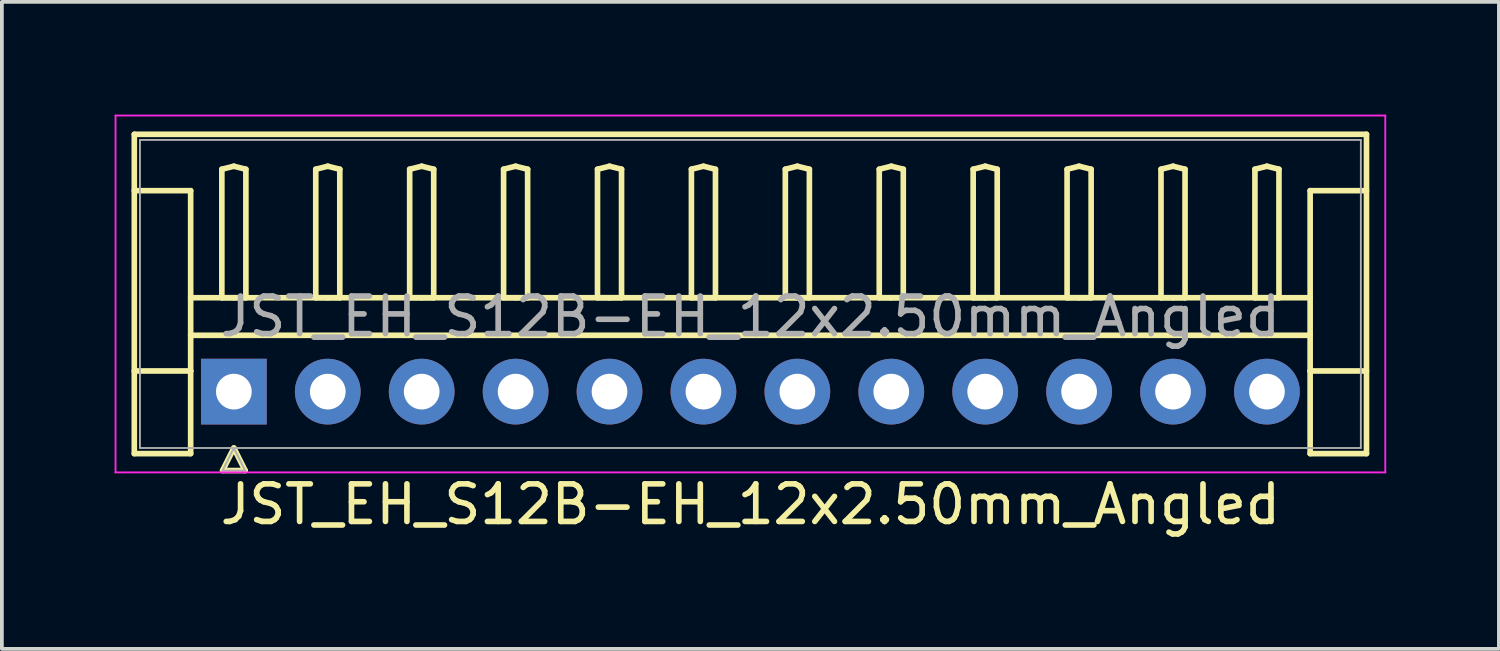
<source format=kicad_pcb>
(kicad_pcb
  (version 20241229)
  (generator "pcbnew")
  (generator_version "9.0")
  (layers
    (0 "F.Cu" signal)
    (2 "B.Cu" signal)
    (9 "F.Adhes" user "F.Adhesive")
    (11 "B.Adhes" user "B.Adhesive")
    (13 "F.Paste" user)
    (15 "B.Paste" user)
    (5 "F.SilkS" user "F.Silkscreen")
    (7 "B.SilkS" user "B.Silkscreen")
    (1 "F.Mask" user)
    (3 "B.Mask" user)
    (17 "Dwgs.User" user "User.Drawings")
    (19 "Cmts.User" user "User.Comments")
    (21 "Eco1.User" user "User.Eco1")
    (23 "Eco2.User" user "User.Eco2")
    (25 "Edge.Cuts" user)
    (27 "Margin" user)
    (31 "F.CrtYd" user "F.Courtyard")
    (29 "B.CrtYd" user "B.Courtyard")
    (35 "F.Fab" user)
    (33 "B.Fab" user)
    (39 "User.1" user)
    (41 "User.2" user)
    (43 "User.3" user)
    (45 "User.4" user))
  (footprint "JST_EH_S12B-EH_12x2.50mm_Angled"
    (layer "F.Cu")
    (at 3.175 7.375)
    (property "Reference" "JST_EH_S12B-EH_12x2.50mm_Angled" (at 13.75 -2 0) (layer "F.Fab") (effects (font (size 1 1) (thickness 0.15))))
    (attr through_hole)
    (fp_line (start -2.65 -6.85) (end 30.15 -6.85) (stroke (width 0.15) (type solid)) (layer "F.SilkS"))
    (fp_line (start -2.65 -5.35) (end -1.15 -5.35) (stroke (width 0.15) (type solid)) (layer "F.SilkS"))
    (fp_line (start -2.65 1.65) (end -2.65 -6.85) (stroke (width 0.15) (type solid)) (layer "F.SilkS"))
    (fp_line (start -1.15 -5.35) (end -1.15 -0.55) (stroke (width 0.15) (type solid)) (layer "F.SilkS"))
    (fp_line (start -1.15 -2.5) (end 28.65 -2.5) (stroke (width 0.15) (type solid)) (layer "F.SilkS"))
    (fp_line (start -1.15 -1.5) (end 28.65 -1.5) (stroke (width 0.15) (type solid)) (layer "F.SilkS"))
    (fp_line (start -1.15 -0.55) (end -2.65 -0.55) (stroke (width 0.15) (type solid)) (layer "F.SilkS"))
    (fp_line (start -1.15 -0.55) (end -1.15 1.65) (stroke (width 0.15) (type solid)) (layer "F.SilkS"))
    (fp_line (start -1.15 1.65) (end -2.65 1.65) (stroke (width 0.15) (type solid)) (layer "F.SilkS"))
    (fp_line (start -0.32 -5.92) (end 0 -6) (stroke (width 0.15) (type solid)) (layer "F.SilkS"))
    (fp_line (start -0.32 -2.5) (end -0.32 -5.92) (stroke (width 0.15) (type solid)) (layer "F.SilkS"))
    (fp_line (start -0.3 2.1) (end 0.3 2.1) (stroke (width 0.15) (type solid)) (layer "F.SilkS"))
    (fp_line (start 0 -6) (end 0.32 -5.92) (stroke (width 0.15) (type solid)) (layer "F.SilkS"))
    (fp_line (start 0 -2.5) (end -0.32 -2.5) (stroke (width 0.15) (type solid)) (layer "F.SilkS"))
    (fp_line (start 0 1.5) (end -0.3 2.1) (stroke (width 0.15) (type solid)) (layer "F.SilkS"))
    (fp_line (start 0.3 2.1) (end 0 1.5) (stroke (width 0.15) (type solid)) (layer "F.SilkS"))
    (fp_line (start 0.32 -5.92) (end 0.32 -2.5) (stroke (width 0.15) (type solid)) (layer "F.SilkS"))
    (fp_line (start 0.32 -2.5) (end 0 -2.5) (stroke (width 0.15) (type solid)) (layer "F.SilkS"))
    (fp_line (start 2.18 -5.92) (end 2.5 -6) (stroke (width 0.15) (type solid)) (layer "F.SilkS"))
    (fp_line (start 2.18 -2.5) (end 2.18 -5.92) (stroke (width 0.15) (type solid)) (layer "F.SilkS"))
    (fp_line (start 2.5 -6) (end 2.82 -5.92) (stroke (width 0.15) (type solid)) (layer "F.SilkS"))
    (fp_line (start 2.5 -2.5) (end 2.18 -2.5) (stroke (width 0.15) (type solid)) (layer "F.SilkS"))
    (fp_line (start 2.82 -5.92) (end 2.82 -2.5) (stroke (width 0.15) (type solid)) (layer "F.SilkS"))
    (fp_line (start 2.82 -2.5) (end 2.5 -2.5) (stroke (width 0.15) (type solid)) (layer "F.SilkS"))
    (fp_line (start 4.68 -5.92) (end 5 -6) (stroke (width 0.15) (type solid)) (layer "F.SilkS"))
    (fp_line (start 4.68 -2.5) (end 4.68 -5.92) (stroke (width 0.15) (type solid)) (layer "F.SilkS"))
    (fp_line (start 5 -6) (end 5.32 -5.92) (stroke (width 0.15) (type solid)) (layer "F.SilkS"))
    (fp_line (start 5 -2.5) (end 4.68 -2.5) (stroke (width 0.15) (type solid)) (layer "F.SilkS"))
    (fp_line (start 5.32 -5.92) (end 5.32 -2.5) (stroke (width 0.15) (type solid)) (layer "F.SilkS"))
    (fp_line (start 5.32 -2.5) (end 5 -2.5) (stroke (width 0.15) (type solid)) (layer "F.SilkS"))
    (fp_line (start 7.18 -5.92) (end 7.5 -6) (stroke (width 0.15) (type solid)) (layer "F.SilkS"))
    (fp_line (start 7.18 -2.5) (end 7.18 -5.92) (stroke (width 0.15) (type solid)) (layer "F.SilkS"))
    (fp_line (start 7.5 -6) (end 7.82 -5.92) (stroke (width 0.15) (type solid)) (layer "F.SilkS"))
    (fp_line (start 7.5 -2.5) (end 7.18 -2.5) (stroke (width 0.15) (type solid)) (layer "F.SilkS"))
    (fp_line (start 7.82 -5.92) (end 7.82 -2.5) (stroke (width 0.15) (type solid)) (layer "F.SilkS"))
    (fp_line (start 7.82 -2.5) (end 7.5 -2.5) (stroke (width 0.15) (type solid)) (layer "F.SilkS"))
    (fp_line (start 9.68 -5.92) (end 10 -6) (stroke (width 0.15) (type solid)) (layer "F.SilkS"))
    (fp_line (start 9.68 -2.5) (end 9.68 -5.92) (stroke (width 0.15) (type solid)) (layer "F.SilkS"))
    (fp_line (start 10 -6) (end 10.32 -5.92) (stroke (width 0.15) (type solid)) (layer "F.SilkS"))
    (fp_line (start 10 -2.5) (end 9.68 -2.5) (stroke (width 0.15) (type solid)) (layer "F.SilkS"))
    (fp_line (start 10.32 -5.92) (end 10.32 -2.5) (stroke (width 0.15) (type solid)) (layer "F.SilkS"))
    (fp_line (start 10.32 -2.5) (end 10 -2.5) (stroke (width 0.15) (type solid)) (layer "F.SilkS"))
    (fp_line (start 12.18 -5.92) (end 12.5 -6) (stroke (width 0.15) (type solid)) (layer "F.SilkS"))
    (fp_line (start 12.18 -2.5) (end 12.18 -5.92) (stroke (width 0.15) (type solid)) (layer "F.SilkS"))
    (fp_line (start 12.5 -6) (end 12.82 -5.92) (stroke (width 0.15) (type solid)) (layer "F.SilkS"))
    (fp_line (start 12.5 -2.5) (end 12.18 -2.5) (stroke (width 0.15) (type solid)) (layer "F.SilkS"))
    (fp_line (start 12.82 -5.92) (end 12.82 -2.5) (stroke (width 0.15) (type solid)) (layer "F.SilkS"))
    (fp_line (start 12.82 -2.5) (end 12.5 -2.5) (stroke (width 0.15) (type solid)) (layer "F.SilkS"))
    (fp_line (start 14.68 -5.92) (end 15 -6) (stroke (width 0.15) (type solid)) (layer "F.SilkS"))
    (fp_line (start 14.68 -2.5) (end 14.68 -5.92) (stroke (width 0.15) (type solid)) (layer "F.SilkS"))
    (fp_line (start 15 -6) (end 15.32 -5.92) (stroke (width 0.15) (type solid)) (layer "F.SilkS"))
    (fp_line (start 15 -2.5) (end 14.68 -2.5) (stroke (width 0.15) (type solid)) (layer "F.SilkS"))
    (fp_line (start 15.32 -5.92) (end 15.32 -2.5) (stroke (width 0.15) (type solid)) (layer "F.SilkS"))
    (fp_line (start 15.32 -2.5) (end 15 -2.5) (stroke (width 0.15) (type solid)) (layer "F.SilkS"))
    (fp_line (start 17.18 -5.92) (end 17.5 -6) (stroke (width 0.15) (type solid)) (layer "F.SilkS"))
    (fp_line (start 17.18 -2.5) (end 17.18 -5.92) (stroke (width 0.15) (type solid)) (layer "F.SilkS"))
    (fp_line (start 17.5 -6) (end 17.82 -5.92) (stroke (width 0.15) (type solid)) (layer "F.SilkS"))
    (fp_line (start 17.5 -2.5) (end 17.18 -2.5) (stroke (width 0.15) (type solid)) (layer "F.SilkS"))
    (fp_line (start 17.82 -5.92) (end 17.82 -2.5) (stroke (width 0.15) (type solid)) (layer "F.SilkS"))
    (fp_line (start 17.82 -2.5) (end 17.5 -2.5) (stroke (width 0.15) (type solid)) (layer "F.SilkS"))
    (fp_line (start 19.68 -5.92) (end 20 -6) (stroke (width 0.15) (type solid)) (layer "F.SilkS"))
    (fp_line (start 19.68 -2.5) (end 19.68 -5.92) (stroke (width 0.15) (type solid)) (layer "F.SilkS"))
    (fp_line (start 20 -6) (end 20.32 -5.92) (stroke (width 0.15) (type solid)) (layer "F.SilkS"))
    (fp_line (start 20 -2.5) (end 19.68 -2.5) (stroke (width 0.15) (type solid)) (layer "F.SilkS"))
    (fp_line (start 20.32 -5.92) (end 20.32 -2.5) (stroke (width 0.15) (type solid)) (layer "F.SilkS"))
    (fp_line (start 20.32 -2.5) (end 20 -2.5) (stroke (width 0.15) (type solid)) (layer "F.SilkS"))
    (fp_line (start 22.18 -5.92) (end 22.5 -6) (stroke (width 0.15) (type solid)) (layer "F.SilkS"))
    (fp_line (start 22.18 -2.5) (end 22.18 -5.92) (stroke (width 0.15) (type solid)) (layer "F.SilkS"))
    (fp_line (start 22.5 -6) (end 22.82 -5.92) (stroke (width 0.15) (type solid)) (layer "F.SilkS"))
    (fp_line (start 22.5 -2.5) (end 22.18 -2.5) (stroke (width 0.15) (type solid)) (layer "F.SilkS"))
    (fp_line (start 22.82 -5.92) (end 22.82 -2.5) (stroke (width 0.15) (type solid)) (layer "F.SilkS"))
    (fp_line (start 22.82 -2.5) (end 22.5 -2.5) (stroke (width 0.15) (type solid)) (layer "F.SilkS"))
    (fp_line (start 24.68 -5.92) (end 25 -6) (stroke (width 0.15) (type solid)) (layer "F.SilkS"))
    (fp_line (start 24.68 -2.5) (end 24.68 -5.92) (stroke (width 0.15) (type solid)) (layer "F.SilkS"))
    (fp_line (start 25 -6) (end 25.32 -5.92) (stroke (width 0.15) (type solid)) (layer "F.SilkS"))
    (fp_line (start 25 -2.5) (end 24.68 -2.5) (stroke (width 0.15) (type solid)) (layer "F.SilkS"))
    (fp_line (start 25.32 -5.92) (end 25.32 -2.5) (stroke (width 0.15) (type solid)) (layer "F.SilkS"))
    (fp_line (start 25.32 -2.5) (end 25 -2.5) (stroke (width 0.15) (type solid)) (layer "F.SilkS"))
    (fp_line (start 27.18 -5.92) (end 27.5 -6) (stroke (width 0.15) (type solid)) (layer "F.SilkS"))
    (fp_line (start 27.18 -2.5) (end 27.18 -5.92) (stroke (width 0.15) (type solid)) (layer "F.SilkS"))
    (fp_line (start 27.5 -6) (end 27.82 -5.92) (stroke (width 0.15) (type solid)) (layer "F.SilkS"))
    (fp_line (start 27.5 -2.5) (end 27.18 -2.5) (stroke (width 0.15) (type solid)) (layer "F.SilkS"))
    (fp_line (start 27.82 -5.92) (end 27.82 -2.5) (stroke (width 0.15) (type solid)) (layer "F.SilkS"))
    (fp_line (start 27.82 -2.5) (end 27.5 -2.5) (stroke (width 0.15) (type solid)) (layer "F.SilkS"))
    (fp_line (start 28.65 -5.35) (end 28.65 -0.55) (stroke (width 0.15) (type solid)) (layer "F.SilkS"))
    (fp_line (start 28.65 -0.55) (end 30.15 -0.55) (stroke (width 0.15) (type solid)) (layer "F.SilkS"))
    (fp_line (start 28.65 1.65) (end 28.65 -0.55) (stroke (width 0.15) (type solid)) (layer "F.SilkS"))
    (fp_line (start 30.15 -6.85) (end 30.15 1.65) (stroke (width 0.15) (type solid)) (layer "F.SilkS"))
    (fp_line (start 30.15 -5.35) (end 28.65 -5.35) (stroke (width 0.15) (type solid)) (layer "F.SilkS"))
    (fp_line (start 30.15 1.65) (end 28.65 1.65) (stroke (width 0.15) (type solid)) (layer "F.SilkS"))
    (fp_line (start -3.15 -7.35) (end -3.15 2.15) (stroke (width 0.05) (type solid)) (layer "F.CrtYd"))
    (fp_line (start -3.15 2.15) (end 30.65 2.15) (stroke (width 0.05) (type solid)) (layer "F.CrtYd"))
    (fp_line (start 30.65 -7.35) (end -3.15 -7.35) (stroke (width 0.05) (type solid)) (layer "F.CrtYd"))
    (fp_line (start 30.65 2.15) (end 30.65 -7.35) (stroke (width 0.05) (type solid)) (layer "F.CrtYd"))
    (fp_line (start -2.5 -6.7) (end -2.5 1.5) (stroke (width 0.05) (type solid)) (layer "F.Fab"))
    (fp_line (start -2.5 1.5) (end 30 1.5) (stroke (width 0.05) (type solid)) (layer "F.Fab"))
    (fp_line (start -0.3 2.1) (end 0.3 2.1) (stroke (width 0.05) (type solid)) (layer "F.Fab"))
    (fp_line (start 0 1.5) (end -0.3 2.1) (stroke (width 0.05) (type solid)) (layer "F.Fab"))
    (fp_line (start 0.3 2.1) (end 0 1.5) (stroke (width 0.05) (type solid)) (layer "F.Fab"))
    (fp_line (start 30 -6.7) (end -2.5 -6.7) (stroke (width 0.05) (type solid)) (layer "F.Fab"))
    (fp_line (start 30 1.5) (end 30 -6.7) (stroke (width 0.05) (type solid)) (layer "F.Fab"))
    (fp_text user "${REFERENCE}" (at 13.75 3 0) (layer "F.SilkS") (effects (font (size 1 1) (thickness 0.15))))
    (pad "1" thru_hole rect (at 0 0) (size 1.75 1.75) (drill 0.95) (layers "*.Cu" "*.Mask"))
    (pad "2" thru_hole circle (at 2.5 0) (size 1.75 1.75) (drill 0.95) (layers "*.Cu" "*.Mask"))
    (pad "3" thru_hole circle (at 5 0) (size 1.75 1.75) (drill 0.95) (layers "*.Cu" "*.Mask"))
    (pad "4" thru_hole circle (at 7.5 0) (size 1.75 1.75) (drill 0.95) (layers "*.Cu" "*.Mask"))
    (pad "5" thru_hole circle (at 10 0) (size 1.75 1.75) (drill 0.95) (layers "*.Cu" "*.Mask"))
    (pad "6" thru_hole circle (at 12.5 0) (size 1.75 1.75) (drill 0.95) (layers "*.Cu" "*.Mask"))
    (pad "7" thru_hole circle (at 15 0) (size 1.75 1.75) (drill 0.95) (layers "*.Cu" "*.Mask"))
    (pad "8" thru_hole circle (at 17.5 0) (size 1.75 1.75) (drill 0.95) (layers "*.Cu" "*.Mask"))
    (pad "9" thru_hole circle (at 20 0) (size 1.75 1.75) (drill 0.95) (layers "*.Cu" "*.Mask"))
    (pad "10" thru_hole circle (at 22.5 0) (size 1.75 1.75) (drill 0.95) (layers "*.Cu" "*.Mask"))
    (pad "11" thru_hole circle (at 25 0) (size 1.75 1.75) (drill 0.95) (layers "*.Cu" "*.Mask"))
    (pad "12" thru_hole circle (at 27.5 0) (size 1.75 1.75) (drill 0.95) (layers "*.Cu" "*.Mask")))
  (gr_rect
    (start -3 -3)
    (end 36.85 14.223)
    (stroke (width 0.1) (type default))
    (fill no)
    (layer "Edge.Cuts")))
</source>
